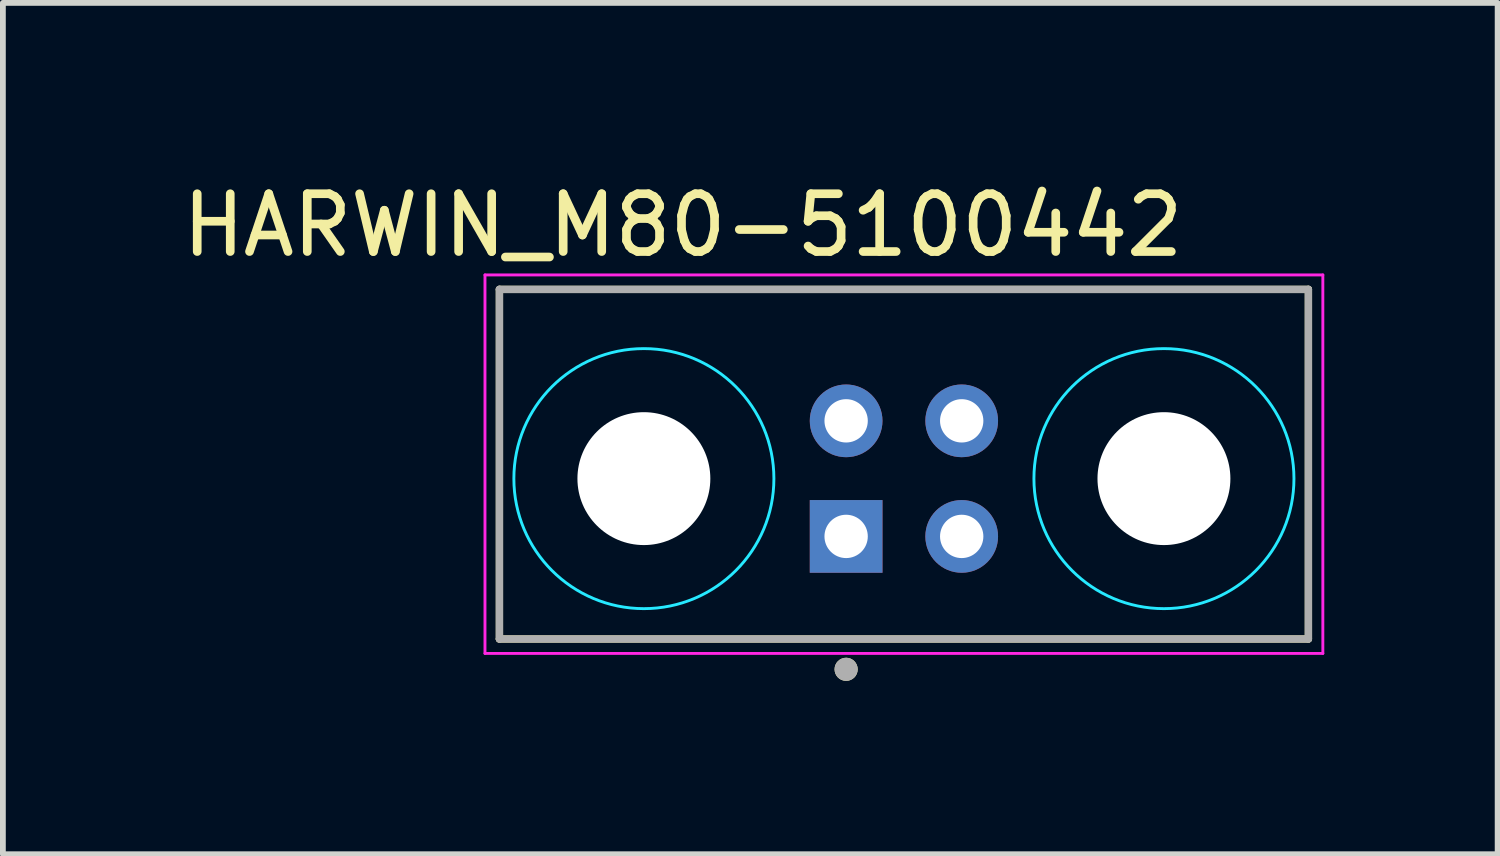
<source format=kicad_pcb>
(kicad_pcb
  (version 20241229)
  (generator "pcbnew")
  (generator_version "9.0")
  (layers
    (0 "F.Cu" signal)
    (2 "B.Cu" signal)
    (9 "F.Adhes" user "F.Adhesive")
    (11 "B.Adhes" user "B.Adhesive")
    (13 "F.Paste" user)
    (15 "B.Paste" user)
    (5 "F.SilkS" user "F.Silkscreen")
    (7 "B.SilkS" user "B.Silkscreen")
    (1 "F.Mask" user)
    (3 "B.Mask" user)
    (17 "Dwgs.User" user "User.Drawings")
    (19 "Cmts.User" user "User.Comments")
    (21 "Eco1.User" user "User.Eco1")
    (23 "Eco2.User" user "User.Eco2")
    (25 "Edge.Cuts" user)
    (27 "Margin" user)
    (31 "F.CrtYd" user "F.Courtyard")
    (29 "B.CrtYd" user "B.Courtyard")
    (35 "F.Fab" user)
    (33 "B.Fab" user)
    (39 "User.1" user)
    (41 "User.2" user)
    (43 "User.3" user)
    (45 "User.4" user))
  (footprint "HARWIN_M80-5100442"
    (layer "F.Cu")
    (at 12.593 5.233)
    (property "Reference" "HARWIN_M80-5100442" (at -3.825 -4.385 0) (layer "F.SilkS") (effects (font (size 1 1) (thickness 0.15))))
    (attr through_hole)
    (fp_line (start -7 -3.275) (end 7 -3.275) (stroke (width 0.127) (type solid)) (layer "F.SilkS"))
    (fp_line (start -7 2.775) (end -7 -3.275) (stroke (width 0.127) (type solid)) (layer "F.SilkS"))
    (fp_line (start 7 -3.275) (end 7 2.775) (stroke (width 0.127) (type solid)) (layer "F.SilkS"))
    (fp_line (start 7 2.775) (end -7 2.775) (stroke (width 0.127) (type solid)) (layer "F.SilkS"))
    (fp_circle (center -1 3.3) (end -0.9 3.3) (stroke (width 0.2) (type solid)) (fill no) (layer "F.SilkS"))
    (fp_circle (center -4.5 0) (end -2.25 0) (stroke (width 0.05) (type solid)) (fill no) (layer "B.CrtYd"))
    (fp_circle (center 4.5 0) (end 6.75 0) (stroke (width 0.05) (type solid)) (fill no) (layer "B.CrtYd"))
    (fp_line (start -7.25 -3.525) (end -7.25 3.025) (stroke (width 0.05) (type solid)) (layer "F.CrtYd"))
    (fp_line (start -7.25 3.025) (end 7.25 3.025) (stroke (width 0.05) (type solid)) (layer "F.CrtYd"))
    (fp_line (start 7.25 -3.525) (end -7.25 -3.525) (stroke (width 0.05) (type solid)) (layer "F.CrtYd"))
    (fp_line (start 7.25 3.025) (end 7.25 -3.525) (stroke (width 0.05) (type solid)) (layer "F.CrtYd"))
    (fp_line (start -7 -3.275) (end 7 -3.275) (stroke (width 0.127) (type solid)) (layer "F.Fab"))
    (fp_line (start -7 2.775) (end -7 -3.275) (stroke (width 0.127) (type solid)) (layer "F.Fab"))
    (fp_line (start 7 -3.275) (end 7 2.775) (stroke (width 0.127) (type solid)) (layer "F.Fab"))
    (fp_line (start 7 2.775) (end -7 2.775) (stroke (width 0.127) (type solid)) (layer "F.Fab"))
    (fp_circle (center -1 3.3) (end -0.9 3.3) (stroke (width 0.2) (type solid)) (fill no) (layer "F.Fab"))
    (pad "" np_thru_hole circle (at -4.5 0) (size 2.3 2.3) (drill 2.3) (layers "*.Cu" "*.Mask"))
    (pad "" np_thru_hole circle (at 4.5 0) (size 2.3 2.3) (drill 2.3) (layers "*.Cu" "*.Mask"))
    (pad "1" thru_hole rect (at -1 1) (size 1.258 1.258) (drill 0.75) (layers "*.Cu" "*.Mask"))
    (pad "2" thru_hole circle (at 1 1) (size 1.258 1.258) (drill 0.75) (layers "*.Cu" "*.Mask"))
    (pad "3" thru_hole circle (at -1 -1) (size 1.258 1.258) (drill 0.75) (layers "*.Cu" "*.Mask"))
    (pad "4" thru_hole circle (at 1 -1) (size 1.258 1.258) (drill 0.75) (layers "*.Cu" "*.Mask"))
    (zone (net_name "") (layers "F.Cu" "B.Cu") (hatch full 0.508) (connect_pads) (min_thickness 2) (filled_areas_thickness no) (keepout (tracks allowed) (vias not_allowed) (pads allowed) (copperpour allowed) (footprints allowed)) (placement (enabled no)) (fill) (polygon (pts (xy 10.093 5.233) (xy 10.083 5.429) (xy 10.054 5.623) (xy 10.007 5.814) (xy 9.941 5.999) (xy 9.857 6.176) (xy 9.756 6.344) (xy 9.639 6.502) (xy 9.507 6.647) (xy 9.362 6.779) (xy 9.204 6.896) (xy 9.036 6.997) (xy 8.858 7.081) (xy 8.673 7.147) (xy 8.483 7.195) (xy 8.289 7.224) (xy 8.093 7.233) (xy 7.897 7.224) (xy 7.703 7.195) (xy 7.512 7.147) (xy 7.327 7.081) (xy 7.15 6.997) (xy 6.982 6.896) (xy 6.824 6.779) (xy 6.679 6.647) (xy 6.547 6.502) (xy 6.43 6.344) (xy 6.329 6.176) (xy 6.245 5.999) (xy 6.179 5.814) (xy 6.131 5.623) (xy 6.102 5.429) (xy 6.093 5.233) (xy 6.102 5.037) (xy 6.131 4.843) (xy 6.179 4.653) (xy 6.245 4.468) (xy 6.329 4.29) (xy 6.43 4.122) (xy 6.547 3.964) (xy 6.679 3.819) (xy 6.824 3.687) (xy 6.982 3.57) (xy 7.15 3.469) (xy 7.327 3.385) (xy 7.512 3.319) (xy 7.703 3.272) (xy 7.897 3.243) (xy 8.093 3.233) (xy 8.289 3.243) (xy 8.483 3.272) (xy 8.673 3.319) (xy 8.858 3.385) (xy 9.036 3.469) (xy 9.204 3.57) (xy 9.362 3.687) (xy 9.507 3.819) (xy 9.639 3.964) (xy 9.756 4.122) (xy 9.857 4.29) (xy 9.941 4.468) (xy 10.007 4.653) (xy 10.054 4.843) (xy 10.083 5.037))))
    (zone (net_name "") (layers "F.Cu" "B.Cu") (hatch full 0.508) (connect_pads) (min_thickness 2) (filled_areas_thickness no) (keepout (tracks allowed) (vias not_allowed) (pads allowed) (copperpour allowed) (footprints allowed)) (placement (enabled no)) (fill) (polygon (pts (xy 19.093 5.233) (xy 19.083 5.429) (xy 19.054 5.623) (xy 19.007 5.814) (xy 18.941 5.999) (xy 18.857 6.176) (xy 18.756 6.344) (xy 18.639 6.502) (xy 18.507 6.647) (xy 18.362 6.779) (xy 18.204 6.896) (xy 18.036 6.997) (xy 17.858 7.081) (xy 17.673 7.147) (xy 17.483 7.195) (xy 17.289 7.224) (xy 17.093 7.233) (xy 16.897 7.224) (xy 16.703 7.195) (xy 16.512 7.147) (xy 16.327 7.081) (xy 16.15 6.997) (xy 15.982 6.896) (xy 15.824 6.779) (xy 15.679 6.647) (xy 15.547 6.502) (xy 15.43 6.344) (xy 15.329 6.176) (xy 15.245 5.999) (xy 15.179 5.814) (xy 15.131 5.623) (xy 15.102 5.429) (xy 15.093 5.233) (xy 15.102 5.037) (xy 15.131 4.843) (xy 15.179 4.653) (xy 15.245 4.468) (xy 15.329 4.29) (xy 15.43 4.122) (xy 15.547 3.964) (xy 15.679 3.819) (xy 15.824 3.687) (xy 15.982 3.57) (xy 16.15 3.469) (xy 16.327 3.385) (xy 16.512 3.319) (xy 16.703 3.272) (xy 16.897 3.243) (xy 17.093 3.233) (xy 17.289 3.243) (xy 17.483 3.272) (xy 17.673 3.319) (xy 17.858 3.385) (xy 18.036 3.469) (xy 18.204 3.57) (xy 18.362 3.687) (xy 18.507 3.819) (xy 18.639 3.964) (xy 18.756 4.122) (xy 18.857 4.29) (xy 18.941 4.468) (xy 19.007 4.653) (xy 19.054 4.843) (xy 19.083 5.037))))
    (zone (net_name "") (layer "B.Cu") (hatch full 0.508) (connect_pads) (min_thickness 2) (filled_areas_thickness no) (keepout (tracks not_allowed) (vias not_allowed) (pads not_allowed) (copperpour not_allowed) (footprints allowed)) (placement (enabled no)) (fill) (polygon (pts (xy 10.093 5.233) (xy 10.083 5.429) (xy 10.054 5.623) (xy 10.007 5.814) (xy 9.941 5.999) (xy 9.857 6.176) (xy 9.756 6.344) (xy 9.639 6.502) (xy 9.507 6.647) (xy 9.362 6.779) (xy 9.204 6.896) (xy 9.036 6.997) (xy 8.858 7.081) (xy 8.673 7.147) (xy 8.483 7.195) (xy 8.289 7.224) (xy 8.093 7.233) (xy 7.897 7.224) (xy 7.703 7.195) (xy 7.512 7.147) (xy 7.327 7.081) (xy 7.15 6.997) (xy 6.982 6.896) (xy 6.824 6.779) (xy 6.679 6.647) (xy 6.547 6.502) (xy 6.43 6.344) (xy 6.329 6.176) (xy 6.245 5.999) (xy 6.179 5.814) (xy 6.131 5.623) (xy 6.102 5.429) (xy 6.093 5.233) (xy 6.102 5.037) (xy 6.131 4.843) (xy 6.179 4.653) (xy 6.245 4.468) (xy 6.329 4.29) (xy 6.43 4.122) (xy 6.547 3.964) (xy 6.679 3.819) (xy 6.824 3.687) (xy 6.982 3.57) (xy 7.15 3.469) (xy 7.327 3.385) (xy 7.512 3.319) (xy 7.703 3.272) (xy 7.897 3.243) (xy 8.093 3.233) (xy 8.289 3.243) (xy 8.483 3.272) (xy 8.673 3.319) (xy 8.858 3.385) (xy 9.036 3.469) (xy 9.204 3.57) (xy 9.362 3.687) (xy 9.507 3.819) (xy 9.639 3.964) (xy 9.756 4.122) (xy 9.857 4.29) (xy 9.941 4.468) (xy 10.007 4.653) (xy 10.054 4.843) (xy 10.083 5.037))))
    (zone (net_name "") (layer "B.Cu") (hatch full 0.508) (connect_pads) (min_thickness 2) (filled_areas_thickness no) (keepout (tracks not_allowed) (vias not_allowed) (pads not_allowed) (copperpour not_allowed) (footprints allowed)) (placement (enabled no)) (fill) (polygon (pts (xy 19.093 5.233) (xy 19.083 5.429) (xy 19.054 5.623) (xy 19.007 5.814) (xy 18.941 5.999) (xy 18.857 6.176) (xy 18.756 6.344) (xy 18.639 6.502) (xy 18.507 6.647) (xy 18.362 6.779) (xy 18.204 6.896) (xy 18.036 6.997) (xy 17.858 7.081) (xy 17.673 7.147) (xy 17.483 7.195) (xy 17.289 7.224) (xy 17.093 7.233) (xy 16.897 7.224) (xy 16.703 7.195) (xy 16.512 7.147) (xy 16.327 7.081) (xy 16.15 6.997) (xy 15.982 6.896) (xy 15.824 6.779) (xy 15.679 6.647) (xy 15.547 6.502) (xy 15.43 6.344) (xy 15.329 6.176) (xy 15.245 5.999) (xy 15.179 5.814) (xy 15.131 5.623) (xy 15.102 5.429) (xy 15.093 5.233) (xy 15.102 5.037) (xy 15.131 4.843) (xy 15.179 4.653) (xy 15.245 4.468) (xy 15.329 4.29) (xy 15.43 4.122) (xy 15.547 3.964) (xy 15.679 3.819) (xy 15.824 3.687) (xy 15.982 3.57) (xy 16.15 3.469) (xy 16.327 3.385) (xy 16.512 3.319) (xy 16.703 3.272) (xy 16.897 3.243) (xy 17.093 3.233) (xy 17.289 3.243) (xy 17.483 3.272) (xy 17.673 3.319) (xy 17.858 3.385) (xy 18.036 3.469) (xy 18.204 3.57) (xy 18.362 3.687) (xy 18.507 3.819) (xy 18.639 3.964) (xy 18.756 4.122) (xy 18.857 4.29) (xy 18.941 4.468) (xy 19.007 4.653) (xy 19.054 4.843) (xy 19.083 5.037)))))
  (gr_rect
    (start -3 -3)
    (end 22.868 11.733)
    (stroke (width 0.1) (type default))
    (fill no)
    (layer "Edge.Cuts")))
</source>
